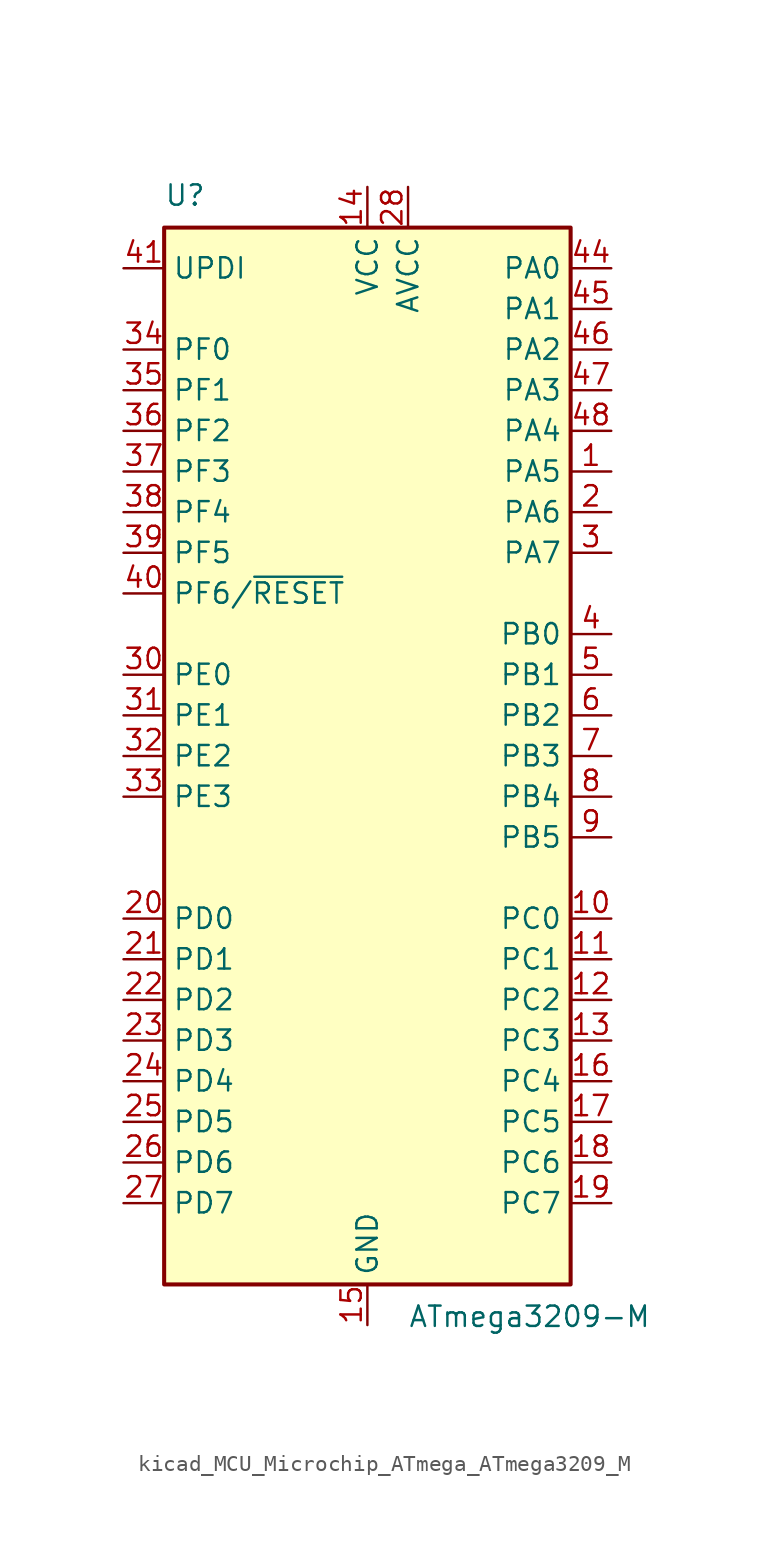
<source format=kicad_sym>
(kicad_symbol_lib
  (version 20220914)
  (generator kicad_symbol_editor)
  (symbol "kicad_MCU_Microchip_ATmega_ATmega3209_M"
    (property "Reference" "U"
      (at -12.7 34.29 0)
      (effects (font (size 1.27 1.27)) (justify left bottom)))
    (property "Value" "ATmega3209-M"
      (at 2.54 -34.29 0)
      (effects (font (size 1.27 1.27)) (justify left top)))
    (symbol "kicad_MCU_Microchip_ATmega_ATmega3209_M_0_1"
      (rectangle (start -12.7 -33.02) (end 12.7 33.02) (stroke (width 0.254) (type default)) (fill (type background))))
    (symbol "kicad_MCU_Microchip_ATmega_ATmega3209_M_1_1"
      (pin bidirectional line (at 15.24 17.78 180) (length 2.54) (name "PA5" (effects (font (size 1.27 1.27)))) (number "1" (effects (font (size 1.27 1.27)))))
      (pin bidirectional line (at 15.24 -10.16 180) (length 2.54) (name "PC0" (effects (font (size 1.27 1.27)))) (number "10" (effects (font (size 1.27 1.27)))))
      (pin bidirectional line (at 15.24 -12.7 180) (length 2.54) (name "PC1" (effects (font (size 1.27 1.27)))) (number "11" (effects (font (size 1.27 1.27)))))
      (pin bidirectional line (at 15.24 -15.24 180) (length 2.54) (name "PC2" (effects (font (size 1.27 1.27)))) (number "12" (effects (font (size 1.27 1.27)))))
      (pin bidirectional line (at 15.24 -17.78 180) (length 2.54) (name "PC3" (effects (font (size 1.27 1.27)))) (number "13" (effects (font (size 1.27 1.27)))))
      (pin power_in line (at 0 35.56 270) (length 2.54) (name "VCC" (effects (font (size 1.27 1.27)))) (number "14" (effects (font (size 1.27 1.27)))))
      (pin power_in line (at 0 -35.56 90) (length 2.54) (name "GND" (effects (font (size 1.27 1.27)))) (number "15" (effects (font (size 1.27 1.27)))))
      (pin bidirectional line (at 15.24 -20.32 180) (length 2.54) (name "PC4" (effects (font (size 1.27 1.27)))) (number "16" (effects (font (size 1.27 1.27)))))
      (pin bidirectional line (at 15.24 -22.86 180) (length 2.54) (name "PC5" (effects (font (size 1.27 1.27)))) (number "17" (effects (font (size 1.27 1.27)))))
      (pin bidirectional line (at 15.24 -25.4 180) (length 2.54) (name "PC6" (effects (font (size 1.27 1.27)))) (number "18" (effects (font (size 1.27 1.27)))))
      (pin bidirectional line (at 15.24 -27.94 180) (length 2.54) (name "PC7" (effects (font (size 1.27 1.27)))) (number "19" (effects (font (size 1.27 1.27)))))
      (pin bidirectional line (at 15.24 15.24 180) (length 2.54) (name "PA6" (effects (font (size 1.27 1.27)))) (number "2" (effects (font (size 1.27 1.27)))))
      (pin bidirectional line (at -15.24 -10.16 0) (length 2.54) (name "PD0" (effects (font (size 1.27 1.27)))) (number "20" (effects (font (size 1.27 1.27)))))
      (pin bidirectional line (at -15.24 -12.7 0) (length 2.54) (name "PD1" (effects (font (size 1.27 1.27)))) (number "21" (effects (font (size 1.27 1.27)))))
      (pin bidirectional line (at -15.24 -15.24 0) (length 2.54) (name "PD2" (effects (font (size 1.27 1.27)))) (number "22" (effects (font (size 1.27 1.27)))))
      (pin bidirectional line (at -15.24 -17.78 0) (length 2.54) (name "PD3" (effects (font (size 1.27 1.27)))) (number "23" (effects (font (size 1.27 1.27)))))
      (pin bidirectional line (at -15.24 -20.32 0) (length 2.54) (name "PD4" (effects (font (size 1.27 1.27)))) (number "24" (effects (font (size 1.27 1.27)))))
      (pin bidirectional line (at -15.24 -22.86 0) (length 2.54) (name "PD5" (effects (font (size 1.27 1.27)))) (number "25" (effects (font (size 1.27 1.27)))))
      (pin bidirectional line (at -15.24 -25.4 0) (length 2.54) (name "PD6" (effects (font (size 1.27 1.27)))) (number "26" (effects (font (size 1.27 1.27)))))
      (pin bidirectional line (at -15.24 -27.94 0) (length 2.54) (name "PD7" (effects (font (size 1.27 1.27)))) (number "27" (effects (font (size 1.27 1.27)))))
      (pin power_in line (at 2.54 35.56 270) (length 2.54) (name "AVCC" (effects (font (size 1.27 1.27)))) (number "28" (effects (font (size 1.27 1.27)))))
      (pin passive line (at 0 -35.56 90) (length 2.54) hide (name "GND" (effects (font (size 1.27 1.27)))) (number "29" (effects (font (size 1.27 1.27)))))
      (pin bidirectional line (at 15.24 12.7 180) (length 2.54) (name "PA7" (effects (font (size 1.27 1.27)))) (number "3" (effects (font (size 1.27 1.27)))))
      (pin bidirectional line (at -15.24 5.08 0) (length 2.54) (name "PE0" (effects (font (size 1.27 1.27)))) (number "30" (effects (font (size 1.27 1.27)))))
      (pin bidirectional line (at -15.24 2.54 0) (length 2.54) (name "PE1" (effects (font (size 1.27 1.27)))) (number "31" (effects (font (size 1.27 1.27)))))
      (pin bidirectional line (at -15.24 0 0) (length 2.54) (name "PE2" (effects (font (size 1.27 1.27)))) (number "32" (effects (font (size 1.27 1.27)))))
      (pin bidirectional line (at -15.24 -2.54 0) (length 2.54) (name "PE3" (effects (font (size 1.27 1.27)))) (number "33" (effects (font (size 1.27 1.27)))))
      (pin bidirectional line (at -15.24 25.4 0) (length 2.54) (name "PF0" (effects (font (size 1.27 1.27)))) (number "34" (effects (font (size 1.27 1.27)))))
      (pin bidirectional line (at -15.24 22.86 0) (length 2.54) (name "PF1" (effects (font (size 1.27 1.27)))) (number "35" (effects (font (size 1.27 1.27)))))
      (pin bidirectional line (at -15.24 20.32 0) (length 2.54) (name "PF2" (effects (font (size 1.27 1.27)))) (number "36" (effects (font (size 1.27 1.27)))))
      (pin bidirectional line (at -15.24 17.78 0) (length 2.54) (name "PF3" (effects (font (size 1.27 1.27)))) (number "37" (effects (font (size 1.27 1.27)))))
      (pin bidirectional line (at -15.24 15.24 0) (length 2.54) (name "PF4" (effects (font (size 1.27 1.27)))) (number "38" (effects (font (size 1.27 1.27)))))
      (pin bidirectional line (at -15.24 12.7 0) (length 2.54) (name "PF5" (effects (font (size 1.27 1.27)))) (number "39" (effects (font (size 1.27 1.27)))))
      (pin bidirectional line (at 15.24 7.62 180) (length 2.54) (name "PB0" (effects (font (size 1.27 1.27)))) (number "4" (effects (font (size 1.27 1.27)))))
      (pin bidirectional line (at -15.24 10.16 0) (length 2.54) (name "PF6/~{RESET}" (effects (font (size 1.27 1.27)))) (number "40" (effects (font (size 1.27 1.27)))))
      (pin bidirectional line (at -15.24 30.48 0) (length 2.54) (name "UPDI" (effects (font (size 1.27 1.27)))) (number "41" (effects (font (size 1.27 1.27)))))
      (pin passive line (at 0 35.56 270) (length 2.54) hide (name "VCC" (effects (font (size 1.27 1.27)))) (number "42" (effects (font (size 1.27 1.27)))))
      (pin passive line (at 0 -35.56 90) (length 2.54) hide (name "GND" (effects (font (size 1.27 1.27)))) (number "43" (effects (font (size 1.27 1.27)))))
      (pin bidirectional line (at 15.24 30.48 180) (length 2.54) (name "PA0" (effects (font (size 1.27 1.27)))) (number "44" (effects (font (size 1.27 1.27)))))
      (pin bidirectional line (at 15.24 27.94 180) (length 2.54) (name "PA1" (effects (font (size 1.27 1.27)))) (number "45" (effects (font (size 1.27 1.27)))))
      (pin bidirectional line (at 15.24 25.4 180) (length 2.54) (name "PA2" (effects (font (size 1.27 1.27)))) (number "46" (effects (font (size 1.27 1.27)))))
      (pin bidirectional line (at 15.24 22.86 180) (length 2.54) (name "PA3" (effects (font (size 1.27 1.27)))) (number "47" (effects (font (size 1.27 1.27)))))
      (pin bidirectional line (at 15.24 20.32 180) (length 2.54) (name "PA4" (effects (font (size 1.27 1.27)))) (number "48" (effects (font (size 1.27 1.27)))))
      (pin passive line (at 0 -35.56 90) (length 2.54) hide (name "GND" (effects (font (size 1.27 1.27)))) (number "49" (effects (font (size 1.27 1.27)))))
      (pin bidirectional line (at 15.24 5.08 180) (length 2.54) (name "PB1" (effects (font (size 1.27 1.27)))) (number "5" (effects (font (size 1.27 1.27)))))
      (pin bidirectional line (at 15.24 2.54 180) (length 2.54) (name "PB2" (effects (font (size 1.27 1.27)))) (number "6" (effects (font (size 1.27 1.27)))))
      (pin bidirectional line (at 15.24 0 180) (length 2.54) (name "PB3" (effects (font (size 1.27 1.27)))) (number "7" (effects (font (size 1.27 1.27)))))
      (pin bidirectional line (at 15.24 -2.54 180) (length 2.54) (name "PB4" (effects (font (size 1.27 1.27)))) (number "8" (effects (font (size 1.27 1.27)))))
      (pin bidirectional line (at 15.24 -5.08 180) (length 2.54) (name "PB5" (effects (font (size 1.27 1.27)))) (number "9" (effects (font (size 1.27 1.27))))))))
</source>
